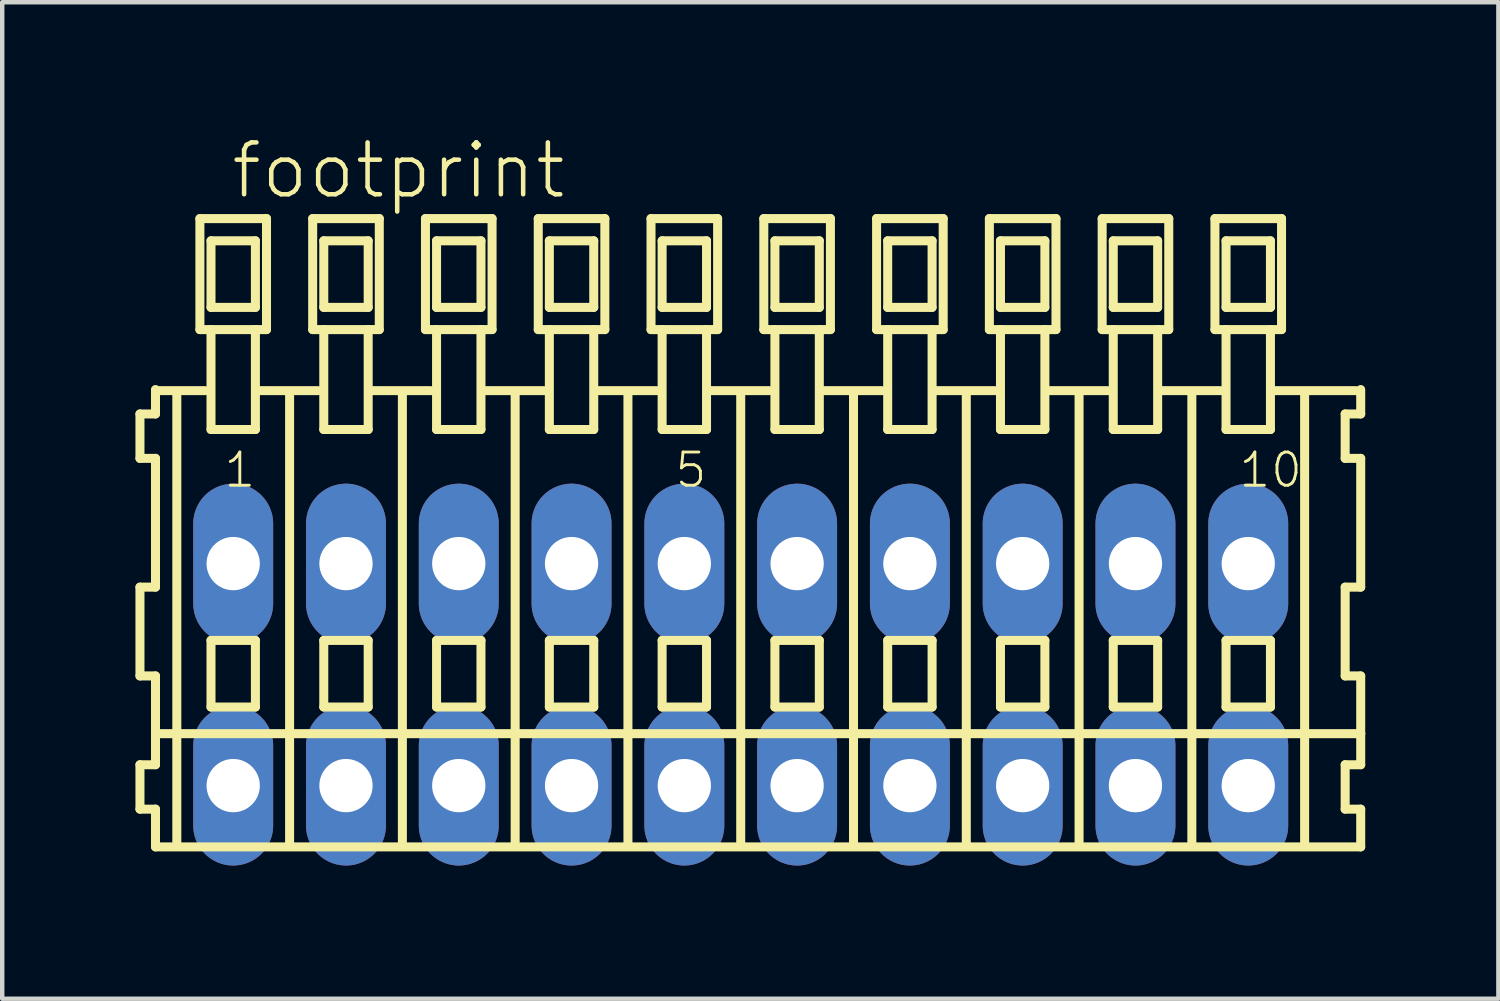
<source format=kicad_pcb>
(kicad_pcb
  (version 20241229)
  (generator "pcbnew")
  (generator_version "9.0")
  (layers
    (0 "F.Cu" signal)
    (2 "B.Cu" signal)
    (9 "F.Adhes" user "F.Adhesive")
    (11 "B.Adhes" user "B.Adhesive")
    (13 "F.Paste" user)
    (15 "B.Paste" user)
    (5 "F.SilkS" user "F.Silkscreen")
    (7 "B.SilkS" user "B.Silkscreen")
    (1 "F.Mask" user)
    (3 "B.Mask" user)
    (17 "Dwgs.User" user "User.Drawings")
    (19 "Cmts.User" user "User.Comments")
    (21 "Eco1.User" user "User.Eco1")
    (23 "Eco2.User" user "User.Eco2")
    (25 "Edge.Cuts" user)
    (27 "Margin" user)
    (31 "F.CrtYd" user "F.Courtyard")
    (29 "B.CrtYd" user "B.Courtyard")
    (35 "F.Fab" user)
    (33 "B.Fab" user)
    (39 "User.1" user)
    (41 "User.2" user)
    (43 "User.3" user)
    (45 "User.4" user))
  (footprint "footprint"
    (layer "F.Cu")
    (at 13.632 12.143)
    (property "Reference" "footprint" (at -11.53 -10.67 0) (layer "F.SilkS") (effects (font (size 1.168 1.168) (thickness 0.102)) (justify left bottom)))
    (fp_line (start -13.53 -5.87) (end -13.53 -4.87) (stroke (width 0.203) (type solid)) (layer "F.SilkS"))
    (fp_line (start -13.53 -4.87) (end -13.18 -4.87) (stroke (width 0.203) (type solid)) (layer "F.SilkS"))
    (fp_line (start -13.53 -1.97) (end -13.53 0.03) (stroke (width 0.203) (type solid)) (layer "F.SilkS"))
    (fp_line (start -13.53 0.03) (end -13.18 0.03) (stroke (width 0.203) (type solid)) (layer "F.SilkS"))
    (fp_line (start -13.53 2.03) (end -13.53 3.03) (stroke (width 0.203) (type solid)) (layer "F.SilkS"))
    (fp_line (start -13.53 3.03) (end -13.18 3.03) (stroke (width 0.203) (type solid)) (layer "F.SilkS"))
    (fp_line (start -13.18 -6.42) (end -13.18 -6.395) (stroke (width 0.203) (type solid)) (layer "F.SilkS"))
    (fp_line (start -13.18 -6.395) (end -13.18 -5.87) (stroke (width 0.203) (type solid)) (layer "F.SilkS"))
    (fp_line (start -13.18 -6.395) (end -12.055 -6.395) (stroke (width 0.203) (type solid)) (layer "F.SilkS"))
    (fp_line (start -13.18 -5.87) (end -13.53 -5.87) (stroke (width 0.203) (type solid)) (layer "F.SilkS"))
    (fp_line (start -13.18 -4.87) (end -13.18 -1.97) (stroke (width 0.203) (type solid)) (layer "F.SilkS"))
    (fp_line (start -13.18 -1.97) (end -13.53 -1.97) (stroke (width 0.203) (type solid)) (layer "F.SilkS"))
    (fp_line (start -13.18 0.03) (end -13.18 1.33) (stroke (width 0.203) (type solid)) (layer "F.SilkS"))
    (fp_line (start -13.18 1.33) (end -13.18 2.03) (stroke (width 0.203) (type solid)) (layer "F.SilkS"))
    (fp_line (start -13.18 1.33) (end 13.963 1.33) (stroke (width 0.203) (type solid)) (layer "F.SilkS"))
    (fp_line (start -13.18 2.03) (end -13.53 2.03) (stroke (width 0.203) (type solid)) (layer "F.SilkS"))
    (fp_line (start -13.18 3.03) (end -13.18 3.88) (stroke (width 0.203) (type solid)) (layer "F.SilkS"))
    (fp_line (start -13.18 3.88) (end 13.963 3.88) (stroke (width 0.203) (type solid)) (layer "F.SilkS"))
    (fp_line (start -12.7 3.83) (end -12.7 -6.33) (stroke (width 0.203) (type solid)) (layer "F.SilkS"))
    (fp_line (start -12.18 -10.27) (end -12.18 -7.77) (stroke (width 0.203) (type solid)) (layer "F.SilkS"))
    (fp_line (start -12.18 -7.77) (end -11.93 -7.77) (stroke (width 0.203) (type solid)) (layer "F.SilkS"))
    (fp_line (start -11.93 -9.77) (end -11.93 -8.27) (stroke (width 0.203) (type solid)) (layer "F.SilkS"))
    (fp_line (start -11.93 -8.27) (end -10.93 -8.27) (stroke (width 0.203) (type solid)) (layer "F.SilkS"))
    (fp_line (start -11.93 -7.77) (end -11.93 -5.52) (stroke (width 0.203) (type solid)) (layer "F.SilkS"))
    (fp_line (start -11.93 -7.77) (end -10.93 -7.77) (stroke (width 0.203) (type solid)) (layer "F.SilkS"))
    (fp_line (start -11.93 -5.52) (end -10.93 -5.52) (stroke (width 0.203) (type solid)) (layer "F.SilkS"))
    (fp_line (start -11.93 -0.77) (end -11.93 0.73) (stroke (width 0.203) (type solid)) (layer "F.SilkS"))
    (fp_line (start -11.93 0.73) (end -10.93 0.73) (stroke (width 0.203) (type solid)) (layer "F.SilkS"))
    (fp_line (start -10.93 -9.77) (end -11.93 -9.77) (stroke (width 0.203) (type solid)) (layer "F.SilkS"))
    (fp_line (start -10.93 -8.27) (end -10.93 -9.77) (stroke (width 0.203) (type solid)) (layer "F.SilkS"))
    (fp_line (start -10.93 -7.77) (end -10.68 -7.77) (stroke (width 0.203) (type solid)) (layer "F.SilkS"))
    (fp_line (start -10.93 -5.52) (end -10.93 -7.77) (stroke (width 0.203) (type solid)) (layer "F.SilkS"))
    (fp_line (start -10.93 -0.77) (end -11.93 -0.77) (stroke (width 0.203) (type solid)) (layer "F.SilkS"))
    (fp_line (start -10.93 0.73) (end -10.93 -0.77) (stroke (width 0.203) (type solid)) (layer "F.SilkS"))
    (fp_line (start -10.894 -6.395) (end -9.515 -6.395) (stroke (width 0.203) (type solid)) (layer "F.SilkS"))
    (fp_line (start -10.68 -10.27) (end -12.18 -10.27) (stroke (width 0.203) (type solid)) (layer "F.SilkS"))
    (fp_line (start -10.68 -7.77) (end -10.68 -10.27) (stroke (width 0.203) (type solid)) (layer "F.SilkS"))
    (fp_line (start -10.16 3.83) (end -10.16 -6.33) (stroke (width 0.203) (type solid)) (layer "F.SilkS"))
    (fp_line (start -9.64 -10.27) (end -9.64 -7.77) (stroke (width 0.203) (type solid)) (layer "F.SilkS"))
    (fp_line (start -9.64 -7.77) (end -9.39 -7.77) (stroke (width 0.203) (type solid)) (layer "F.SilkS"))
    (fp_line (start -9.39 -9.77) (end -9.39 -8.27) (stroke (width 0.203) (type solid)) (layer "F.SilkS"))
    (fp_line (start -9.39 -8.27) (end -8.39 -8.27) (stroke (width 0.203) (type solid)) (layer "F.SilkS"))
    (fp_line (start -9.39 -7.77) (end -9.39 -5.52) (stroke (width 0.203) (type solid)) (layer "F.SilkS"))
    (fp_line (start -9.39 -7.77) (end -8.39 -7.77) (stroke (width 0.203) (type solid)) (layer "F.SilkS"))
    (fp_line (start -9.39 -5.52) (end -8.39 -5.52) (stroke (width 0.203) (type solid)) (layer "F.SilkS"))
    (fp_line (start -9.39 -0.77) (end -9.39 0.73) (stroke (width 0.203) (type solid)) (layer "F.SilkS"))
    (fp_line (start -9.39 0.73) (end -8.39 0.73) (stroke (width 0.203) (type solid)) (layer "F.SilkS"))
    (fp_line (start -8.39 -9.77) (end -9.39 -9.77) (stroke (width 0.203) (type solid)) (layer "F.SilkS"))
    (fp_line (start -8.39 -8.27) (end -8.39 -9.77) (stroke (width 0.203) (type solid)) (layer "F.SilkS"))
    (fp_line (start -8.39 -7.77) (end -8.14 -7.77) (stroke (width 0.203) (type solid)) (layer "F.SilkS"))
    (fp_line (start -8.39 -5.52) (end -8.39 -7.77) (stroke (width 0.203) (type solid)) (layer "F.SilkS"))
    (fp_line (start -8.39 -0.77) (end -9.39 -0.77) (stroke (width 0.203) (type solid)) (layer "F.SilkS"))
    (fp_line (start -8.39 0.73) (end -8.39 -0.77) (stroke (width 0.203) (type solid)) (layer "F.SilkS"))
    (fp_line (start -8.354 -6.395) (end -6.975 -6.395) (stroke (width 0.203) (type solid)) (layer "F.SilkS"))
    (fp_line (start -8.14 -10.27) (end -9.64 -10.27) (stroke (width 0.203) (type solid)) (layer "F.SilkS"))
    (fp_line (start -8.14 -7.77) (end -8.14 -10.27) (stroke (width 0.203) (type solid)) (layer "F.SilkS"))
    (fp_line (start -7.62 3.83) (end -7.62 -6.33) (stroke (width 0.203) (type solid)) (layer "F.SilkS"))
    (fp_line (start -7.1 -10.27) (end -7.1 -7.77) (stroke (width 0.203) (type solid)) (layer "F.SilkS"))
    (fp_line (start -7.1 -7.77) (end -6.85 -7.77) (stroke (width 0.203) (type solid)) (layer "F.SilkS"))
    (fp_line (start -6.85 -9.77) (end -6.85 -8.27) (stroke (width 0.203) (type solid)) (layer "F.SilkS"))
    (fp_line (start -6.85 -8.27) (end -5.85 -8.27) (stroke (width 0.203) (type solid)) (layer "F.SilkS"))
    (fp_line (start -6.85 -7.77) (end -6.85 -5.52) (stroke (width 0.203) (type solid)) (layer "F.SilkS"))
    (fp_line (start -6.85 -7.77) (end -5.85 -7.77) (stroke (width 0.203) (type solid)) (layer "F.SilkS"))
    (fp_line (start -6.85 -5.52) (end -5.85 -5.52) (stroke (width 0.203) (type solid)) (layer "F.SilkS"))
    (fp_line (start -6.85 -0.77) (end -6.85 0.73) (stroke (width 0.203) (type solid)) (layer "F.SilkS"))
    (fp_line (start -6.85 0.73) (end -5.85 0.73) (stroke (width 0.203) (type solid)) (layer "F.SilkS"))
    (fp_line (start -5.85 -9.77) (end -6.85 -9.77) (stroke (width 0.203) (type solid)) (layer "F.SilkS"))
    (fp_line (start -5.85 -8.27) (end -5.85 -9.77) (stroke (width 0.203) (type solid)) (layer "F.SilkS"))
    (fp_line (start -5.85 -7.77) (end -5.6 -7.77) (stroke (width 0.203) (type solid)) (layer "F.SilkS"))
    (fp_line (start -5.85 -5.52) (end -5.85 -7.77) (stroke (width 0.203) (type solid)) (layer "F.SilkS"))
    (fp_line (start -5.85 -0.77) (end -6.85 -0.77) (stroke (width 0.203) (type solid)) (layer "F.SilkS"))
    (fp_line (start -5.85 0.73) (end -5.85 -0.77) (stroke (width 0.203) (type solid)) (layer "F.SilkS"))
    (fp_line (start -5.814 -6.395) (end -4.435 -6.395) (stroke (width 0.203) (type solid)) (layer "F.SilkS"))
    (fp_line (start -5.6 -10.27) (end -7.1 -10.27) (stroke (width 0.203) (type solid)) (layer "F.SilkS"))
    (fp_line (start -5.6 -7.77) (end -5.6 -10.27) (stroke (width 0.203) (type solid)) (layer "F.SilkS"))
    (fp_line (start -5.08 3.83) (end -5.08 -6.33) (stroke (width 0.203) (type solid)) (layer "F.SilkS"))
    (fp_line (start -4.56 -10.27) (end -4.56 -7.77) (stroke (width 0.203) (type solid)) (layer "F.SilkS"))
    (fp_line (start -4.56 -7.77) (end -4.31 -7.77) (stroke (width 0.203) (type solid)) (layer "F.SilkS"))
    (fp_line (start -4.31 -9.77) (end -4.31 -8.27) (stroke (width 0.203) (type solid)) (layer "F.SilkS"))
    (fp_line (start -4.31 -8.27) (end -3.31 -8.27) (stroke (width 0.203) (type solid)) (layer "F.SilkS"))
    (fp_line (start -4.31 -7.77) (end -4.31 -5.52) (stroke (width 0.203) (type solid)) (layer "F.SilkS"))
    (fp_line (start -4.31 -7.77) (end -3.31 -7.77) (stroke (width 0.203) (type solid)) (layer "F.SilkS"))
    (fp_line (start -4.31 -5.52) (end -3.31 -5.52) (stroke (width 0.203) (type solid)) (layer "F.SilkS"))
    (fp_line (start -4.31 -0.77) (end -4.31 0.73) (stroke (width 0.203) (type solid)) (layer "F.SilkS"))
    (fp_line (start -4.31 0.73) (end -3.31 0.73) (stroke (width 0.203) (type solid)) (layer "F.SilkS"))
    (fp_line (start -3.31 -9.77) (end -4.31 -9.77) (stroke (width 0.203) (type solid)) (layer "F.SilkS"))
    (fp_line (start -3.31 -8.27) (end -3.31 -9.77) (stroke (width 0.203) (type solid)) (layer "F.SilkS"))
    (fp_line (start -3.31 -7.77) (end -3.06 -7.77) (stroke (width 0.203) (type solid)) (layer "F.SilkS"))
    (fp_line (start -3.31 -5.52) (end -3.31 -7.77) (stroke (width 0.203) (type solid)) (layer "F.SilkS"))
    (fp_line (start -3.31 -0.77) (end -4.31 -0.77) (stroke (width 0.203) (type solid)) (layer "F.SilkS"))
    (fp_line (start -3.31 0.73) (end -3.31 -0.77) (stroke (width 0.203) (type solid)) (layer "F.SilkS"))
    (fp_line (start -3.274 -6.395) (end -1.895 -6.395) (stroke (width 0.203) (type solid)) (layer "F.SilkS"))
    (fp_line (start -3.06 -10.27) (end -4.56 -10.27) (stroke (width 0.203) (type solid)) (layer "F.SilkS"))
    (fp_line (start -3.06 -7.77) (end -3.06 -10.27) (stroke (width 0.203) (type solid)) (layer "F.SilkS"))
    (fp_line (start -2.54 3.83) (end -2.54 -6.33) (stroke (width 0.203) (type solid)) (layer "F.SilkS"))
    (fp_line (start -2.02 -10.27) (end -2.02 -7.77) (stroke (width 0.203) (type solid)) (layer "F.SilkS"))
    (fp_line (start -2.02 -7.77) (end -1.77 -7.77) (stroke (width 0.203) (type solid)) (layer "F.SilkS"))
    (fp_line (start -1.77 -9.77) (end -1.77 -8.27) (stroke (width 0.203) (type solid)) (layer "F.SilkS"))
    (fp_line (start -1.77 -8.27) (end -0.77 -8.27) (stroke (width 0.203) (type solid)) (layer "F.SilkS"))
    (fp_line (start -1.77 -7.77) (end -1.77 -5.52) (stroke (width 0.203) (type solid)) (layer "F.SilkS"))
    (fp_line (start -1.77 -7.77) (end -0.77 -7.77) (stroke (width 0.203) (type solid)) (layer "F.SilkS"))
    (fp_line (start -1.77 -5.52) (end -0.77 -5.52) (stroke (width 0.203) (type solid)) (layer "F.SilkS"))
    (fp_line (start -1.77 -0.77) (end -1.77 0.73) (stroke (width 0.203) (type solid)) (layer "F.SilkS"))
    (fp_line (start -1.77 0.73) (end -0.77 0.73) (stroke (width 0.203) (type solid)) (layer "F.SilkS"))
    (fp_line (start -0.77 -9.77) (end -1.77 -9.77) (stroke (width 0.203) (type solid)) (layer "F.SilkS"))
    (fp_line (start -0.77 -8.27) (end -0.77 -9.77) (stroke (width 0.203) (type solid)) (layer "F.SilkS"))
    (fp_line (start -0.77 -7.77) (end -0.52 -7.77) (stroke (width 0.203) (type solid)) (layer "F.SilkS"))
    (fp_line (start -0.77 -5.52) (end -0.77 -7.77) (stroke (width 0.203) (type solid)) (layer "F.SilkS"))
    (fp_line (start -0.77 -0.77) (end -1.77 -0.77) (stroke (width 0.203) (type solid)) (layer "F.SilkS"))
    (fp_line (start -0.77 0.73) (end -0.77 -0.77) (stroke (width 0.203) (type solid)) (layer "F.SilkS"))
    (fp_line (start -0.734 -6.395) (end 0.645 -6.395) (stroke (width 0.203) (type solid)) (layer "F.SilkS"))
    (fp_line (start -0.52 -10.27) (end -2.02 -10.27) (stroke (width 0.203) (type solid)) (layer "F.SilkS"))
    (fp_line (start -0.52 -7.77) (end -0.52 -10.27) (stroke (width 0.203) (type solid)) (layer "F.SilkS"))
    (fp_line (start 0 3.83) (end 0 -6.33) (stroke (width 0.203) (type solid)) (layer "F.SilkS"))
    (fp_line (start 0.52 -10.27) (end 0.52 -7.77) (stroke (width 0.203) (type solid)) (layer "F.SilkS"))
    (fp_line (start 0.52 -7.77) (end 0.77 -7.77) (stroke (width 0.203) (type solid)) (layer "F.SilkS"))
    (fp_line (start 0.77 -9.77) (end 0.77 -8.27) (stroke (width 0.203) (type solid)) (layer "F.SilkS"))
    (fp_line (start 0.77 -8.27) (end 1.77 -8.27) (stroke (width 0.203) (type solid)) (layer "F.SilkS"))
    (fp_line (start 0.77 -7.77) (end 0.77 -5.52) (stroke (width 0.203) (type solid)) (layer "F.SilkS"))
    (fp_line (start 0.77 -7.77) (end 1.77 -7.77) (stroke (width 0.203) (type solid)) (layer "F.SilkS"))
    (fp_line (start 0.77 -5.52) (end 1.77 -5.52) (stroke (width 0.203) (type solid)) (layer "F.SilkS"))
    (fp_line (start 0.77 -0.77) (end 0.77 0.73) (stroke (width 0.203) (type solid)) (layer "F.SilkS"))
    (fp_line (start 0.77 0.73) (end 1.77 0.73) (stroke (width 0.203) (type solid)) (layer "F.SilkS"))
    (fp_line (start 1.77 -9.77) (end 0.77 -9.77) (stroke (width 0.203) (type solid)) (layer "F.SilkS"))
    (fp_line (start 1.77 -8.27) (end 1.77 -9.77) (stroke (width 0.203) (type solid)) (layer "F.SilkS"))
    (fp_line (start 1.77 -7.77) (end 2.02 -7.77) (stroke (width 0.203) (type solid)) (layer "F.SilkS"))
    (fp_line (start 1.77 -5.52) (end 1.77 -7.77) (stroke (width 0.203) (type solid)) (layer "F.SilkS"))
    (fp_line (start 1.77 -0.77) (end 0.77 -0.77) (stroke (width 0.203) (type solid)) (layer "F.SilkS"))
    (fp_line (start 1.77 0.73) (end 1.77 -0.77) (stroke (width 0.203) (type solid)) (layer "F.SilkS"))
    (fp_line (start 1.806 -6.395) (end 3.185 -6.395) (stroke (width 0.203) (type solid)) (layer "F.SilkS"))
    (fp_line (start 2.02 -10.27) (end 0.52 -10.27) (stroke (width 0.203) (type solid)) (layer "F.SilkS"))
    (fp_line (start 2.02 -7.77) (end 2.02 -10.27) (stroke (width 0.203) (type solid)) (layer "F.SilkS"))
    (fp_line (start 2.54 3.83) (end 2.54 -6.33) (stroke (width 0.203) (type solid)) (layer "F.SilkS"))
    (fp_line (start 3.06 -10.27) (end 3.06 -7.77) (stroke (width 0.203) (type solid)) (layer "F.SilkS"))
    (fp_line (start 3.06 -7.77) (end 3.31 -7.77) (stroke (width 0.203) (type solid)) (layer "F.SilkS"))
    (fp_line (start 3.31 -9.77) (end 3.31 -8.27) (stroke (width 0.203) (type solid)) (layer "F.SilkS"))
    (fp_line (start 3.31 -8.27) (end 4.31 -8.27) (stroke (width 0.203) (type solid)) (layer "F.SilkS"))
    (fp_line (start 3.31 -7.77) (end 3.31 -5.52) (stroke (width 0.203) (type solid)) (layer "F.SilkS"))
    (fp_line (start 3.31 -7.77) (end 4.31 -7.77) (stroke (width 0.203) (type solid)) (layer "F.SilkS"))
    (fp_line (start 3.31 -5.52) (end 4.31 -5.52) (stroke (width 0.203) (type solid)) (layer "F.SilkS"))
    (fp_line (start 3.31 -0.77) (end 3.31 0.73) (stroke (width 0.203) (type solid)) (layer "F.SilkS"))
    (fp_line (start 3.31 0.73) (end 4.31 0.73) (stroke (width 0.203) (type solid)) (layer "F.SilkS"))
    (fp_line (start 4.31 -9.77) (end 3.31 -9.77) (stroke (width 0.203) (type solid)) (layer "F.SilkS"))
    (fp_line (start 4.31 -8.27) (end 4.31 -9.77) (stroke (width 0.203) (type solid)) (layer "F.SilkS"))
    (fp_line (start 4.31 -7.77) (end 4.56 -7.77) (stroke (width 0.203) (type solid)) (layer "F.SilkS"))
    (fp_line (start 4.31 -5.52) (end 4.31 -7.77) (stroke (width 0.203) (type solid)) (layer "F.SilkS"))
    (fp_line (start 4.31 -0.77) (end 3.31 -0.77) (stroke (width 0.203) (type solid)) (layer "F.SilkS"))
    (fp_line (start 4.31 0.73) (end 4.31 -0.77) (stroke (width 0.203) (type solid)) (layer "F.SilkS"))
    (fp_line (start 4.346 -6.395) (end 5.725 -6.395) (stroke (width 0.203) (type solid)) (layer "F.SilkS"))
    (fp_line (start 4.56 -10.27) (end 3.06 -10.27) (stroke (width 0.203) (type solid)) (layer "F.SilkS"))
    (fp_line (start 4.56 -7.77) (end 4.56 -10.27) (stroke (width 0.203) (type solid)) (layer "F.SilkS"))
    (fp_line (start 5.08 3.83) (end 5.08 -6.33) (stroke (width 0.203) (type solid)) (layer "F.SilkS"))
    (fp_line (start 5.6 -10.27) (end 5.6 -7.77) (stroke (width 0.203) (type solid)) (layer "F.SilkS"))
    (fp_line (start 5.6 -7.77) (end 5.85 -7.77) (stroke (width 0.203) (type solid)) (layer "F.SilkS"))
    (fp_line (start 5.85 -9.77) (end 5.85 -8.27) (stroke (width 0.203) (type solid)) (layer "F.SilkS"))
    (fp_line (start 5.85 -8.27) (end 6.85 -8.27) (stroke (width 0.203) (type solid)) (layer "F.SilkS"))
    (fp_line (start 5.85 -7.77) (end 5.85 -5.52) (stroke (width 0.203) (type solid)) (layer "F.SilkS"))
    (fp_line (start 5.85 -7.77) (end 6.85 -7.77) (stroke (width 0.203) (type solid)) (layer "F.SilkS"))
    (fp_line (start 5.85 -5.52) (end 6.85 -5.52) (stroke (width 0.203) (type solid)) (layer "F.SilkS"))
    (fp_line (start 5.85 -0.77) (end 5.85 0.73) (stroke (width 0.203) (type solid)) (layer "F.SilkS"))
    (fp_line (start 5.85 0.73) (end 6.85 0.73) (stroke (width 0.203) (type solid)) (layer "F.SilkS"))
    (fp_line (start 6.85 -9.77) (end 5.85 -9.77) (stroke (width 0.203) (type solid)) (layer "F.SilkS"))
    (fp_line (start 6.85 -8.27) (end 6.85 -9.77) (stroke (width 0.203) (type solid)) (layer "F.SilkS"))
    (fp_line (start 6.85 -7.77) (end 7.1 -7.77) (stroke (width 0.203) (type solid)) (layer "F.SilkS"))
    (fp_line (start 6.85 -5.52) (end 6.85 -7.77) (stroke (width 0.203) (type solid)) (layer "F.SilkS"))
    (fp_line (start 6.85 -0.77) (end 5.85 -0.77) (stroke (width 0.203) (type solid)) (layer "F.SilkS"))
    (fp_line (start 6.85 0.73) (end 6.85 -0.77) (stroke (width 0.203) (type solid)) (layer "F.SilkS"))
    (fp_line (start 6.886 -6.395) (end 8.265 -6.395) (stroke (width 0.203) (type solid)) (layer "F.SilkS"))
    (fp_line (start 7.1 -10.27) (end 5.6 -10.27) (stroke (width 0.203) (type solid)) (layer "F.SilkS"))
    (fp_line (start 7.1 -7.77) (end 7.1 -10.27) (stroke (width 0.203) (type solid)) (layer "F.SilkS"))
    (fp_line (start 7.62 3.83) (end 7.62 -6.33) (stroke (width 0.203) (type solid)) (layer "F.SilkS"))
    (fp_line (start 8.14 -10.27) (end 8.14 -7.77) (stroke (width 0.203) (type solid)) (layer "F.SilkS"))
    (fp_line (start 8.14 -7.77) (end 8.39 -7.77) (stroke (width 0.203) (type solid)) (layer "F.SilkS"))
    (fp_line (start 8.39 -9.77) (end 8.39 -8.27) (stroke (width 0.203) (type solid)) (layer "F.SilkS"))
    (fp_line (start 8.39 -8.27) (end 9.39 -8.27) (stroke (width 0.203) (type solid)) (layer "F.SilkS"))
    (fp_line (start 8.39 -7.77) (end 8.39 -5.52) (stroke (width 0.203) (type solid)) (layer "F.SilkS"))
    (fp_line (start 8.39 -7.77) (end 9.39 -7.77) (stroke (width 0.203) (type solid)) (layer "F.SilkS"))
    (fp_line (start 8.39 -5.52) (end 9.39 -5.52) (stroke (width 0.203) (type solid)) (layer "F.SilkS"))
    (fp_line (start 8.39 -0.77) (end 8.39 0.73) (stroke (width 0.203) (type solid)) (layer "F.SilkS"))
    (fp_line (start 8.39 0.73) (end 9.39 0.73) (stroke (width 0.203) (type solid)) (layer "F.SilkS"))
    (fp_line (start 9.39 -9.77) (end 8.39 -9.77) (stroke (width 0.203) (type solid)) (layer "F.SilkS"))
    (fp_line (start 9.39 -8.27) (end 9.39 -9.77) (stroke (width 0.203) (type solid)) (layer "F.SilkS"))
    (fp_line (start 9.39 -7.77) (end 9.64 -7.77) (stroke (width 0.203) (type solid)) (layer "F.SilkS"))
    (fp_line (start 9.39 -5.52) (end 9.39 -7.77) (stroke (width 0.203) (type solid)) (layer "F.SilkS"))
    (fp_line (start 9.39 -0.77) (end 8.39 -0.77) (stroke (width 0.203) (type solid)) (layer "F.SilkS"))
    (fp_line (start 9.39 0.73) (end 9.39 -0.77) (stroke (width 0.203) (type solid)) (layer "F.SilkS"))
    (fp_line (start 9.426 -6.395) (end 10.805 -6.395) (stroke (width 0.203) (type solid)) (layer "F.SilkS"))
    (fp_line (start 9.64 -10.27) (end 8.14 -10.27) (stroke (width 0.203) (type solid)) (layer "F.SilkS"))
    (fp_line (start 9.64 -7.77) (end 9.64 -10.27) (stroke (width 0.203) (type solid)) (layer "F.SilkS"))
    (fp_line (start 10.16 3.83) (end 10.16 -6.33) (stroke (width 0.203) (type solid)) (layer "F.SilkS"))
    (fp_line (start 10.68 -10.27) (end 10.68 -7.77) (stroke (width 0.203) (type solid)) (layer "F.SilkS"))
    (fp_line (start 10.68 -7.77) (end 10.93 -7.77) (stroke (width 0.203) (type solid)) (layer "F.SilkS"))
    (fp_line (start 10.93 -9.77) (end 10.93 -8.27) (stroke (width 0.203) (type solid)) (layer "F.SilkS"))
    (fp_line (start 10.93 -8.27) (end 11.93 -8.27) (stroke (width 0.203) (type solid)) (layer "F.SilkS"))
    (fp_line (start 10.93 -7.77) (end 10.93 -5.52) (stroke (width 0.203) (type solid)) (layer "F.SilkS"))
    (fp_line (start 10.93 -7.77) (end 11.93 -7.77) (stroke (width 0.203) (type solid)) (layer "F.SilkS"))
    (fp_line (start 10.93 -5.52) (end 11.93 -5.52) (stroke (width 0.203) (type solid)) (layer "F.SilkS"))
    (fp_line (start 10.93 -0.77) (end 10.93 0.73) (stroke (width 0.203) (type solid)) (layer "F.SilkS"))
    (fp_line (start 10.93 0.73) (end 11.93 0.73) (stroke (width 0.203) (type solid)) (layer "F.SilkS"))
    (fp_line (start 11.93 -9.77) (end 10.93 -9.77) (stroke (width 0.203) (type solid)) (layer "F.SilkS"))
    (fp_line (start 11.93 -8.27) (end 11.93 -9.77) (stroke (width 0.203) (type solid)) (layer "F.SilkS"))
    (fp_line (start 11.93 -7.77) (end 12.18 -7.77) (stroke (width 0.203) (type solid)) (layer "F.SilkS"))
    (fp_line (start 11.93 -5.52) (end 11.93 -7.77) (stroke (width 0.203) (type solid)) (layer "F.SilkS"))
    (fp_line (start 11.93 -0.77) (end 10.93 -0.77) (stroke (width 0.203) (type solid)) (layer "F.SilkS"))
    (fp_line (start 11.93 0.73) (end 11.93 -0.77) (stroke (width 0.203) (type solid)) (layer "F.SilkS"))
    (fp_line (start 11.966 -6.395) (end 13.853 -6.395) (stroke (width 0.203) (type solid)) (layer "F.SilkS"))
    (fp_line (start 12.18 -10.27) (end 10.68 -10.27) (stroke (width 0.203) (type solid)) (layer "F.SilkS"))
    (fp_line (start 12.18 -7.77) (end 12.18 -10.27) (stroke (width 0.203) (type solid)) (layer "F.SilkS"))
    (fp_line (start 12.7 3.83) (end 12.7 -6.33) (stroke (width 0.203) (type solid)) (layer "F.SilkS"))
    (fp_line (start 13.613 -5.87) (end 13.613 -4.87) (stroke (width 0.203) (type solid)) (layer "F.SilkS"))
    (fp_line (start 13.613 -4.87) (end 13.963 -4.87) (stroke (width 0.203) (type solid)) (layer "F.SilkS"))
    (fp_line (start 13.613 -1.97) (end 13.613 0.03) (stroke (width 0.203) (type solid)) (layer "F.SilkS"))
    (fp_line (start 13.613 0.03) (end 13.963 0.03) (stroke (width 0.203) (type solid)) (layer "F.SilkS"))
    (fp_line (start 13.613 2.03) (end 13.613 3.03) (stroke (width 0.203) (type solid)) (layer "F.SilkS"))
    (fp_line (start 13.613 3.03) (end 13.963 3.03) (stroke (width 0.203) (type solid)) (layer "F.SilkS"))
    (fp_line (start 13.963 -5.87) (end 13.613 -5.87) (stroke (width 0.203) (type solid)) (layer "F.SilkS"))
    (fp_line (start 13.963 -5.87) (end 13.963 -6.42) (stroke (width 0.203) (type solid)) (layer "F.SilkS"))
    (fp_line (start 13.963 -1.97) (end 13.613 -1.97) (stroke (width 0.203) (type solid)) (layer "F.SilkS"))
    (fp_line (start 13.963 -1.97) (end 13.963 -4.87) (stroke (width 0.203) (type solid)) (layer "F.SilkS"))
    (fp_line (start 13.963 1.33) (end 13.963 0.03) (stroke (width 0.203) (type solid)) (layer "F.SilkS"))
    (fp_line (start 13.963 2.03) (end 13.613 2.03) (stroke (width 0.203) (type solid)) (layer "F.SilkS"))
    (fp_line (start 13.963 2.03) (end 13.963 1.33) (stroke (width 0.203) (type solid)) (layer "F.SilkS"))
    (fp_line (start 13.963 3.88) (end 13.963 3.03) (stroke (width 0.203) (type solid)) (layer "F.SilkS"))
    (fp_text user "1" (at -11.68 -4.17 0) (layer "F.SilkS") (effects (font (size 0.748 0.748) (thickness 0.065)) (justify left bottom)))
    (fp_text user "10" (at 11.18 -4.17 0) (layer "F.SilkS") (effects (font (size 0.748 0.748) (thickness 0.065)) (justify left bottom)))
    (fp_text user "5" (at -1.52 -4.17 0) (layer "F.SilkS") (effects (font (size 0.748 0.748) (thickness 0.065)) (justify left bottom)))
    (pad "A1" thru_hole oval (at -11.43 -2.5 90) (size 3.6 1.8) (drill 1.2) (layers "*.Cu" "*.Mask"))
    (pad "A2" thru_hole oval (at -8.89 -2.5 90) (size 3.6 1.8) (drill 1.2) (layers "*.Cu" "*.Mask"))
    (pad "A3" thru_hole oval (at -6.35 -2.5 90) (size 3.6 1.8) (drill 1.2) (layers "*.Cu" "*.Mask"))
    (pad "A4" thru_hole oval (at -3.81 -2.5 90) (size 3.6 1.8) (drill 1.2) (layers "*.Cu" "*.Mask"))
    (pad "A5" thru_hole oval (at -1.27 -2.5 90) (size 3.6 1.8) (drill 1.2) (layers "*.Cu" "*.Mask"))
    (pad "A6" thru_hole oval (at 1.27 -2.5 90) (size 3.6 1.8) (drill 1.2) (layers "*.Cu" "*.Mask"))
    (pad "A7" thru_hole oval (at 3.81 -2.5 90) (size 3.6 1.8) (drill 1.2) (layers "*.Cu" "*.Mask"))
    (pad "A8" thru_hole oval (at 6.35 -2.5 90) (size 3.6 1.8) (drill 1.2) (layers "*.Cu" "*.Mask"))
    (pad "A9" thru_hole oval (at 8.89 -2.5 90) (size 3.6 1.8) (drill 1.2) (layers "*.Cu" "*.Mask"))
    (pad "A10" thru_hole oval (at 11.43 -2.5 90) (size 3.6 1.8) (drill 1.2) (layers "*.Cu" "*.Mask"))
    (pad "B1" thru_hole oval (at -11.43 2.5 90) (size 3.6 1.8) (drill 1.2) (layers "*.Cu" "*.Mask"))
    (pad "B2" thru_hole oval (at -8.89 2.5 90) (size 3.6 1.8) (drill 1.2) (layers "*.Cu" "*.Mask"))
    (pad "B3" thru_hole oval (at -6.35 2.5 90) (size 3.6 1.8) (drill 1.2) (layers "*.Cu" "*.Mask"))
    (pad "B4" thru_hole oval (at -3.81 2.5 90) (size 3.6 1.8) (drill 1.2) (layers "*.Cu" "*.Mask"))
    (pad "B5" thru_hole oval (at -1.27 2.5 90) (size 3.6 1.8) (drill 1.2) (layers "*.Cu" "*.Mask"))
    (pad "B6" thru_hole oval (at 1.27 2.5 90) (size 3.6 1.8) (drill 1.2) (layers "*.Cu" "*.Mask"))
    (pad "B7" thru_hole oval (at 3.81 2.5 90) (size 3.6 1.8) (drill 1.2) (layers "*.Cu" "*.Mask"))
    (pad "B8" thru_hole oval (at 6.35 2.5 90) (size 3.6 1.8) (drill 1.2) (layers "*.Cu" "*.Mask"))
    (pad "B9" thru_hole oval (at 8.89 2.5 90) (size 3.6 1.8) (drill 1.2) (layers "*.Cu" "*.Mask"))
    (pad "B10" thru_hole oval (at 11.43 2.5 90) (size 3.6 1.8) (drill 1.2) (layers "*.Cu" "*.Mask")))
  (gr_rect
    (start -3 -3)
    (end 30.696 19.443)
    (stroke (width 0.1) (type default))
    (fill no)
    (layer "Edge.Cuts")))
</source>
